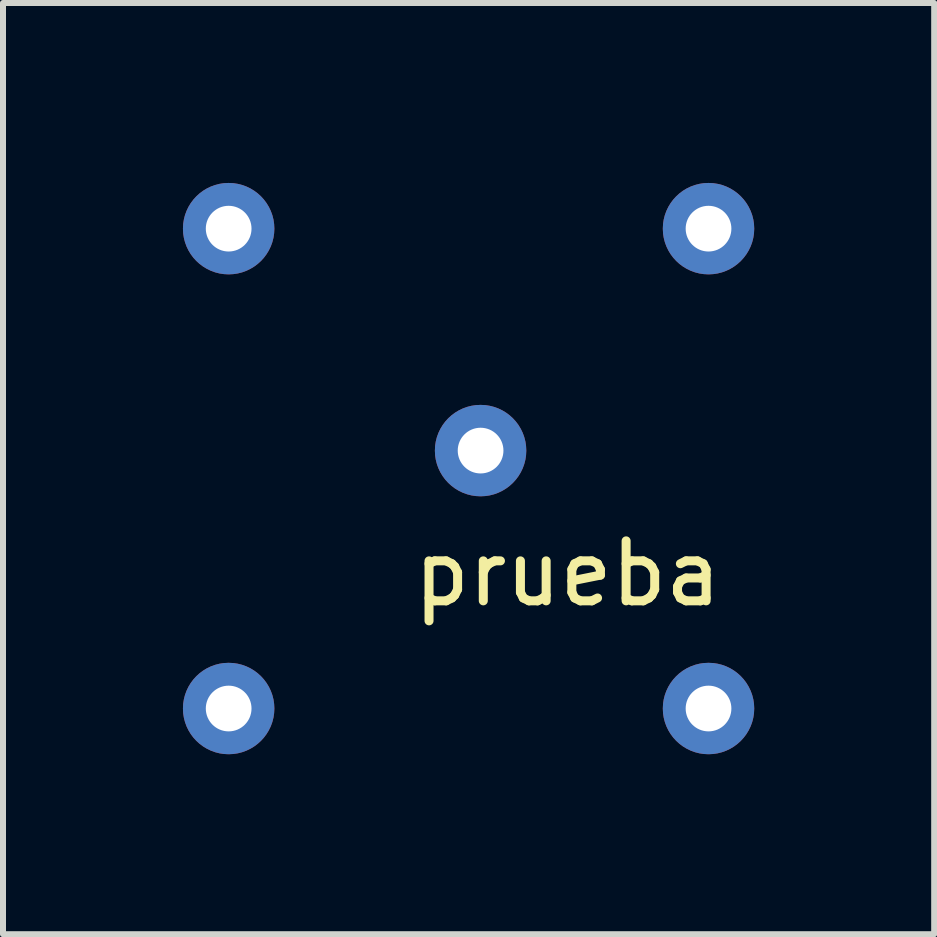
<source format=kicad_pcb>
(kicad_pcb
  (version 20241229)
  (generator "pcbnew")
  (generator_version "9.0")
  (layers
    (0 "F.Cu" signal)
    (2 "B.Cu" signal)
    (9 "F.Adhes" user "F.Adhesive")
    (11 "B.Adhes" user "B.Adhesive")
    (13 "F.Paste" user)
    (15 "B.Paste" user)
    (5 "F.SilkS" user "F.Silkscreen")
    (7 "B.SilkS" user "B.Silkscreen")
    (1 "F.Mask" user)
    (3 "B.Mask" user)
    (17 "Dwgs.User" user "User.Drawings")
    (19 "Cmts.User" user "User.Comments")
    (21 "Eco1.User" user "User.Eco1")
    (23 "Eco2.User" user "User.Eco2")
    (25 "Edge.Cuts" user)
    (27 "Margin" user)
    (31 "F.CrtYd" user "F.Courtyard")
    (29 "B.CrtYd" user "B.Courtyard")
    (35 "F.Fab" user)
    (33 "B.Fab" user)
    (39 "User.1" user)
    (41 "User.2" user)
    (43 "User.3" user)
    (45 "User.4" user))
  (footprint "prueba"
    (layer "F.Cu")
    (at 4.762 4.762)
    (property "Reference" "prueba" (at 1.65 1.75 0) (layer "F.SilkS") (effects (font (size 1 1) (thickness 0.15))))
    (attr through_hole)
    (pad "1" thru_hole circle (at 0.2 -0.3) (size 1.524 1.524) (drill 0.762) (layers "*.Cu" "*.Mask"))
    (pad "2" thru_hole circle (at 4 -4) (size 1.524 1.524) (drill 0.762) (layers "*.Cu" "*.Mask"))
    (pad "3" thru_hole circle (at 4 4) (size 1.524 1.524) (drill 0.762) (layers "*.Cu" "*.Mask"))
    (pad "4" thru_hole circle (at -4 4) (size 1.524 1.524) (drill 0.762) (layers "*.Cu" "*.Mask"))
    (pad "5" thru_hole circle (at -4 -4) (size 1.524 1.524) (drill 0.762) (layers "*.Cu" "*.Mask")))
  (gr_rect
    (start -3 -3)
    (end 12.524 12.524)
    (stroke (width 0.1) (type default))
    (fill no)
    (layer "Edge.Cuts")))
</source>
